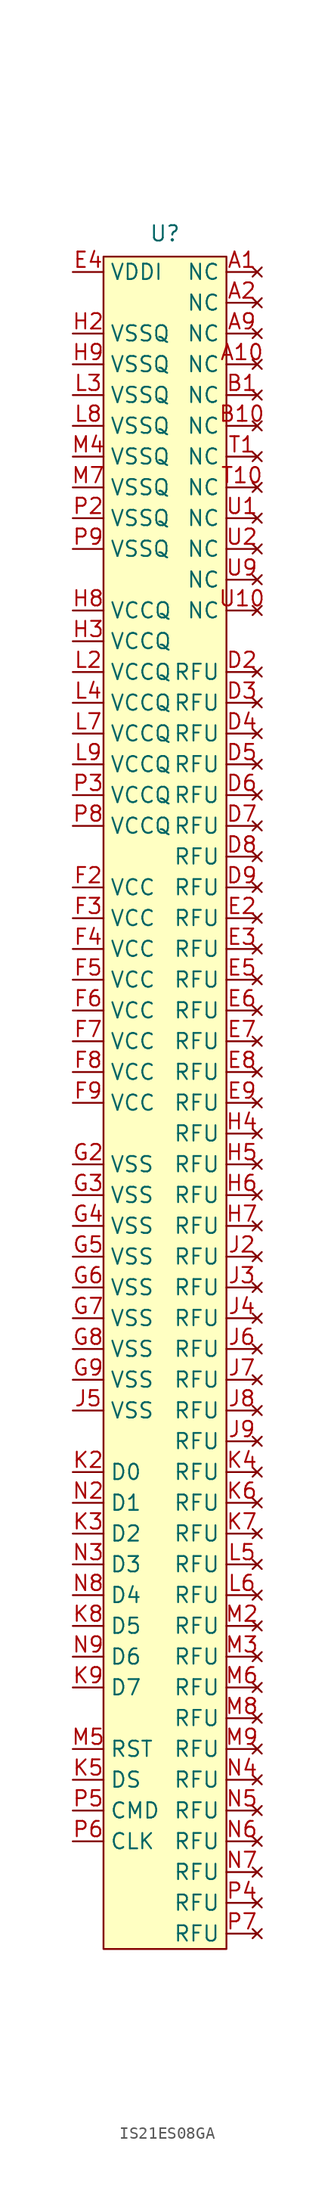
<source format=kicad_sym>
(kicad_symbol_lib
  (version 20220914)
  (generator kicad_symbol_editor)
  (symbol "IS21ES08GA"
    (property "Reference" "U"
      (at 0 71.755 0)
      (effects (font (size 1.27 1.27))))
    (property "Value" ""
      (at 0 68.58 0)
      (effects (font (size 1.27 1.27))))
    (symbol "IS21ES08GA_1_1"
      (rectangle (start -5.08 69.85) (end 5.08 -69.85) (stroke (width 0) (type default)) (fill (type background)))
      (pin no_connect line (at 7.62 68.58 180) (length 2.54) (name "NC" (effects (font (size 1.27 1.27)))) (number "A1" (effects (font (size 1.27 1.27)))))
      (pin no_connect line (at 7.62 60.96 180) (length 2.54) (name "NC" (effects (font (size 1.27 1.27)))) (number "A10" (effects (font (size 1.27 1.27)))))
      (pin no_connect line (at 7.62 66.04 180) (length 2.54) (name "NC" (effects (font (size 1.27 1.27)))) (number "A2" (effects (font (size 1.27 1.27)))))
      (pin no_connect line (at 7.62 63.5 180) (length 2.54) (name "NC" (effects (font (size 1.27 1.27)))) (number "A9" (effects (font (size 1.27 1.27)))))
      (pin no_connect line (at 7.62 58.42 180) (length 2.54) (name "NC" (effects (font (size 1.27 1.27)))) (number "B1" (effects (font (size 1.27 1.27)))))
      (pin no_connect line (at 7.62 55.88 180) (length 2.54) (name "NC" (effects (font (size 1.27 1.27)))) (number "B10" (effects (font (size 1.27 1.27)))))
      (pin no_connect line (at 7.62 35.56 180) (length 2.54) (name "RFU" (effects (font (size 1.27 1.27)))) (number "D2" (effects (font (size 1.27 1.27)))))
      (pin no_connect line (at 7.62 33.02 180) (length 2.54) (name "RFU" (effects (font (size 1.27 1.27)))) (number "D3" (effects (font (size 1.27 1.27)))))
      (pin no_connect line (at 7.62 30.48 180) (length 2.54) (name "RFU" (effects (font (size 1.27 1.27)))) (number "D4" (effects (font (size 1.27 1.27)))))
      (pin no_connect line (at 7.62 27.94 180) (length 2.54) (name "RFU" (effects (font (size 1.27 1.27)))) (number "D5" (effects (font (size 1.27 1.27)))))
      (pin no_connect line (at 7.62 25.4 180) (length 2.54) (name "RFU" (effects (font (size 1.27 1.27)))) (number "D6" (effects (font (size 1.27 1.27)))))
      (pin no_connect line (at 7.62 22.86 180) (length 2.54) (name "RFU" (effects (font (size 1.27 1.27)))) (number "D7" (effects (font (size 1.27 1.27)))))
      (pin no_connect line (at 7.62 20.32 180) (length 2.54) (name "RFU" (effects (font (size 1.27 1.27)))) (number "D8" (effects (font (size 1.27 1.27)))))
      (pin no_connect line (at 7.62 17.78 180) (length 2.54) (name "RFU" (effects (font (size 1.27 1.27)))) (number "D9" (effects (font (size 1.27 1.27)))))
      (pin no_connect line (at 7.62 15.24 180) (length 2.54) (name "RFU" (effects (font (size 1.27 1.27)))) (number "E2" (effects (font (size 1.27 1.27)))))
      (pin no_connect line (at 7.62 12.7 180) (length 2.54) (name "RFU" (effects (font (size 1.27 1.27)))) (number "E3" (effects (font (size 1.27 1.27)))))
      (pin power_out line (at -7.62 68.58 0) (length 2.54) (name "VDDI" (effects (font (size 1.27 1.27)))) (number "E4" (effects (font (size 1.27 1.27)))))
      (pin no_connect line (at 7.62 10.16 180) (length 2.54) (name "RFU" (effects (font (size 1.27 1.27)))) (number "E5" (effects (font (size 1.27 1.27)))))
      (pin no_connect line (at 7.62 7.62 180) (length 2.54) (name "RFU" (effects (font (size 1.27 1.27)))) (number "E6" (effects (font (size 1.27 1.27)))))
      (pin no_connect line (at 7.62 5.08 180) (length 2.54) (name "RFU" (effects (font (size 1.27 1.27)))) (number "E7" (effects (font (size 1.27 1.27)))))
      (pin no_connect line (at 7.62 2.54 180) (length 2.54) (name "RFU" (effects (font (size 1.27 1.27)))) (number "E8" (effects (font (size 1.27 1.27)))))
      (pin no_connect line (at 7.62 0 180) (length 2.54) (name "RFU" (effects (font (size 1.27 1.27)))) (number "E9" (effects (font (size 1.27 1.27)))))
      (pin power_in line (at -7.62 17.78 0) (length 2.54) (name "VCC" (effects (font (size 1.27 1.27)))) (number "F2" (effects (font (size 1.27 1.27)))))
      (pin power_in line (at -7.62 15.24 0) (length 2.54) (name "VCC" (effects (font (size 1.27 1.27)))) (number "F3" (effects (font (size 1.27 1.27)))))
      (pin power_in line (at -7.62 12.7 0) (length 2.54) (name "VCC" (effects (font (size 1.27 1.27)))) (number "F4" (effects (font (size 1.27 1.27)))))
      (pin power_in line (at -7.62 10.16 0) (length 2.54) (name "VCC" (effects (font (size 1.27 1.27)))) (number "F5" (effects (font (size 1.27 1.27)))))
      (pin power_in line (at -7.62 7.62 0) (length 2.54) (name "VCC" (effects (font (size 1.27 1.27)))) (number "F6" (effects (font (size 1.27 1.27)))))
      (pin power_in line (at -7.62 5.08 0) (length 2.54) (name "VCC" (effects (font (size 1.27 1.27)))) (number "F7" (effects (font (size 1.27 1.27)))))
      (pin power_in line (at -7.62 2.54 0) (length 2.54) (name "VCC" (effects (font (size 1.27 1.27)))) (number "F8" (effects (font (size 1.27 1.27)))))
      (pin power_in line (at -7.62 0 0) (length 2.54) (name "VCC" (effects (font (size 1.27 1.27)))) (number "F9" (effects (font (size 1.27 1.27)))))
      (pin power_in line (at -7.62 -5.08 0) (length 2.54) (name "VSS" (effects (font (size 1.27 1.27)))) (number "G2" (effects (font (size 1.27 1.27)))))
      (pin power_in line (at -7.62 -7.62 0) (length 2.54) (name "VSS" (effects (font (size 1.27 1.27)))) (number "G3" (effects (font (size 1.27 1.27)))))
      (pin power_in line (at -7.62 -10.16 0) (length 2.54) (name "VSS" (effects (font (size 1.27 1.27)))) (number "G4" (effects (font (size 1.27 1.27)))))
      (pin power_in line (at -7.62 -12.7 0) (length 2.54) (name "VSS" (effects (font (size 1.27 1.27)))) (number "G5" (effects (font (size 1.27 1.27)))))
      (pin power_in line (at -7.62 -15.24 0) (length 2.54) (name "VSS" (effects (font (size 1.27 1.27)))) (number "G6" (effects (font (size 1.27 1.27)))))
      (pin power_in line (at -7.62 -17.78 0) (length 2.54) (name "VSS" (effects (font (size 1.27 1.27)))) (number "G7" (effects (font (size 1.27 1.27)))))
      (pin power_in line (at -7.62 -20.32 0) (length 2.54) (name "VSS" (effects (font (size 1.27 1.27)))) (number "G8" (effects (font (size 1.27 1.27)))))
      (pin power_in line (at -7.62 -22.86 0) (length 2.54) (name "VSS" (effects (font (size 1.27 1.27)))) (number "G9" (effects (font (size 1.27 1.27)))))
      (pin power_in line (at -7.62 63.5 0) (length 2.54) (name "VSSQ" (effects (font (size 1.27 1.27)))) (number "H2" (effects (font (size 1.27 1.27)))))
      (pin power_in line (at -7.62 38.1 0) (length 2.54) (name "VCCQ" (effects (font (size 1.27 1.27)))) (number "H3" (effects (font (size 1.27 1.27)))))
      (pin no_connect line (at 7.62 -2.54 180) (length 2.54) (name "RFU" (effects (font (size 1.27 1.27)))) (number "H4" (effects (font (size 1.27 1.27)))))
      (pin no_connect line (at 7.62 -5.08 180) (length 2.54) (name "RFU" (effects (font (size 1.27 1.27)))) (number "H5" (effects (font (size 1.27 1.27)))))
      (pin no_connect line (at 7.62 -7.62 180) (length 2.54) (name "RFU" (effects (font (size 1.27 1.27)))) (number "H6" (effects (font (size 1.27 1.27)))))
      (pin no_connect line (at 7.62 -10.16 180) (length 2.54) (name "RFU" (effects (font (size 1.27 1.27)))) (number "H7" (effects (font (size 1.27 1.27)))))
      (pin power_in line (at -7.62 40.64 0) (length 2.54) (name "VCCQ" (effects (font (size 1.27 1.27)))) (number "H8" (effects (font (size 1.27 1.27)))))
      (pin power_in line (at -7.62 60.96 0) (length 2.54) (name "VSSQ" (effects (font (size 1.27 1.27)))) (number "H9" (effects (font (size 1.27 1.27)))))
      (pin no_connect line (at 7.62 -12.7 180) (length 2.54) (name "RFU" (effects (font (size 1.27 1.27)))) (number "J2" (effects (font (size 1.27 1.27)))))
      (pin no_connect line (at 7.62 -15.24 180) (length 2.54) (name "RFU" (effects (font (size 1.27 1.27)))) (number "J3" (effects (font (size 1.27 1.27)))))
      (pin no_connect line (at 7.62 -17.78 180) (length 2.54) (name "RFU" (effects (font (size 1.27 1.27)))) (number "J4" (effects (font (size 1.27 1.27)))))
      (pin power_in line (at -7.62 -25.4 0) (length 2.54) (name "VSS" (effects (font (size 1.27 1.27)))) (number "J5" (effects (font (size 1.27 1.27)))))
      (pin no_connect line (at 7.62 -20.32 180) (length 2.54) (name "RFU" (effects (font (size 1.27 1.27)))) (number "J6" (effects (font (size 1.27 1.27)))))
      (pin no_connect line (at 7.62 -22.86 180) (length 2.54) (name "RFU" (effects (font (size 1.27 1.27)))) (number "J7" (effects (font (size 1.27 1.27)))))
      (pin no_connect line (at 7.62 -25.4 180) (length 2.54) (name "RFU" (effects (font (size 1.27 1.27)))) (number "J8" (effects (font (size 1.27 1.27)))))
      (pin no_connect line (at 7.62 -27.94 180) (length 2.54) (name "RFU" (effects (font (size 1.27 1.27)))) (number "J9" (effects (font (size 1.27 1.27)))))
      (pin bidirectional line (at -7.62 -30.48 0) (length 2.54) (name "D0" (effects (font (size 1.27 1.27)))) (number "K2" (effects (font (size 1.27 1.27)))))
      (pin bidirectional line (at -7.62 -35.56 0) (length 2.54) (name "D2" (effects (font (size 1.27 1.27)))) (number "K3" (effects (font (size 1.27 1.27)))))
      (pin no_connect line (at 7.62 -30.48 180) (length 2.54) (name "RFU" (effects (font (size 1.27 1.27)))) (number "K4" (effects (font (size 1.27 1.27)))))
      (pin output line (at -7.62 -55.88 0) (length 2.54) (name "DS" (effects (font (size 1.27 1.27)))) (number "K5" (effects (font (size 1.27 1.27)))))
      (pin no_connect line (at 7.62 -33.02 180) (length 2.54) (name "RFU" (effects (font (size 1.27 1.27)))) (number "K6" (effects (font (size 1.27 1.27)))))
      (pin no_connect line (at 7.62 -35.56 180) (length 2.54) (name "RFU" (effects (font (size 1.27 1.27)))) (number "K7" (effects (font (size 1.27 1.27)))))
      (pin bidirectional line (at -7.62 -43.18 0) (length 2.54) (name "D5" (effects (font (size 1.27 1.27)))) (number "K8" (effects (font (size 1.27 1.27)))))
      (pin bidirectional line (at -7.62 -48.26 0) (length 2.54) (name "D7" (effects (font (size 1.27 1.27)))) (number "K9" (effects (font (size 1.27 1.27)))))
      (pin power_in line (at -7.62 35.56 0) (length 2.54) (name "VCCQ" (effects (font (size 1.27 1.27)))) (number "L2" (effects (font (size 1.27 1.27)))))
      (pin power_in line (at -7.62 58.42 0) (length 2.54) (name "VSSQ" (effects (font (size 1.27 1.27)))) (number "L3" (effects (font (size 1.27 1.27)))))
      (pin power_in line (at -7.62 33.02 0) (length 2.54) (name "VCCQ" (effects (font (size 1.27 1.27)))) (number "L4" (effects (font (size 1.27 1.27)))))
      (pin no_connect line (at 7.62 -38.1 180) (length 2.54) (name "RFU" (effects (font (size 1.27 1.27)))) (number "L5" (effects (font (size 1.27 1.27)))))
      (pin no_connect line (at 7.62 -40.64 180) (length 2.54) (name "RFU" (effects (font (size 1.27 1.27)))) (number "L6" (effects (font (size 1.27 1.27)))))
      (pin power_in line (at -7.62 30.48 0) (length 2.54) (name "VCCQ" (effects (font (size 1.27 1.27)))) (number "L7" (effects (font (size 1.27 1.27)))))
      (pin power_in line (at -7.62 55.88 0) (length 2.54) (name "VSSQ" (effects (font (size 1.27 1.27)))) (number "L8" (effects (font (size 1.27 1.27)))))
      (pin power_in line (at -7.62 27.94 0) (length 2.54) (name "VCCQ" (effects (font (size 1.27 1.27)))) (number "L9" (effects (font (size 1.27 1.27)))))
      (pin no_connect line (at 7.62 -43.18 180) (length 2.54) (name "RFU" (effects (font (size 1.27 1.27)))) (number "M2" (effects (font (size 1.27 1.27)))))
      (pin no_connect line (at 7.62 -45.72 180) (length 2.54) (name "RFU" (effects (font (size 1.27 1.27)))) (number "M3" (effects (font (size 1.27 1.27)))))
      (pin power_in line (at -7.62 53.34 0) (length 2.54) (name "VSSQ" (effects (font (size 1.27 1.27)))) (number "M4" (effects (font (size 1.27 1.27)))))
      (pin input line (at -7.62 -53.34 0) (length 2.54) (name "RST" (effects (font (size 1.27 1.27)))) (number "M5" (effects (font (size 1.27 1.27)))))
      (pin no_connect line (at 7.62 -48.26 180) (length 2.54) (name "RFU" (effects (font (size 1.27 1.27)))) (number "M6" (effects (font (size 1.27 1.27)))))
      (pin power_in line (at -7.62 50.8 0) (length 2.54) (name "VSSQ" (effects (font (size 1.27 1.27)))) (number "M7" (effects (font (size 1.27 1.27)))))
      (pin no_connect line (at 7.62 -50.8 180) (length 2.54) (name "RFU" (effects (font (size 1.27 1.27)))) (number "M8" (effects (font (size 1.27 1.27)))))
      (pin no_connect line (at 7.62 -53.34 180) (length 2.54) (name "RFU" (effects (font (size 1.27 1.27)))) (number "M9" (effects (font (size 1.27 1.27)))))
      (pin bidirectional line (at -7.62 -33.02 0) (length 2.54) (name "D1" (effects (font (size 1.27 1.27)))) (number "N2" (effects (font (size 1.27 1.27)))))
      (pin bidirectional line (at -7.62 -38.1 0) (length 2.54) (name "D3" (effects (font (size 1.27 1.27)))) (number "N3" (effects (font (size 1.27 1.27)))))
      (pin no_connect line (at 7.62 -55.88 180) (length 2.54) (name "RFU" (effects (font (size 1.27 1.27)))) (number "N4" (effects (font (size 1.27 1.27)))))
      (pin no_connect line (at 7.62 -58.42 180) (length 2.54) (name "RFU" (effects (font (size 1.27 1.27)))) (number "N5" (effects (font (size 1.27 1.27)))))
      (pin no_connect line (at 7.62 -60.96 180) (length 2.54) (name "RFU" (effects (font (size 1.27 1.27)))) (number "N6" (effects (font (size 1.27 1.27)))))
      (pin no_connect line (at 7.62 -63.5 180) (length 2.54) (name "RFU" (effects (font (size 1.27 1.27)))) (number "N7" (effects (font (size 1.27 1.27)))))
      (pin bidirectional line (at -7.62 -40.64 0) (length 2.54) (name "D4" (effects (font (size 1.27 1.27)))) (number "N8" (effects (font (size 1.27 1.27)))))
      (pin bidirectional line (at -7.62 -45.72 0) (length 2.54) (name "D6" (effects (font (size 1.27 1.27)))) (number "N9" (effects (font (size 1.27 1.27)))))
      (pin power_in line (at -7.62 48.26 0) (length 2.54) (name "VSSQ" (effects (font (size 1.27 1.27)))) (number "P2" (effects (font (size 1.27 1.27)))))
      (pin power_in line (at -7.62 25.4 0) (length 2.54) (name "VCCQ" (effects (font (size 1.27 1.27)))) (number "P3" (effects (font (size 1.27 1.27)))))
      (pin no_connect line (at 7.62 -66.04 180) (length 2.54) (name "RFU" (effects (font (size 1.27 1.27)))) (number "P4" (effects (font (size 1.27 1.27)))))
      (pin bidirectional line (at -7.62 -58.42 0) (length 2.54) (name "CMD" (effects (font (size 1.27 1.27)))) (number "P5" (effects (font (size 1.27 1.27)))))
      (pin input line (at -7.62 -60.96 0) (length 2.54) (name "CLK" (effects (font (size 1.27 1.27)))) (number "P6" (effects (font (size 1.27 1.27)))))
      (pin no_connect line (at 7.62 -68.58 180) (length 2.54) (name "RFU" (effects (font (size 1.27 1.27)))) (number "P7" (effects (font (size 1.27 1.27)))))
      (pin power_in line (at -7.62 22.86 0) (length 2.54) (name "VCCQ" (effects (font (size 1.27 1.27)))) (number "P8" (effects (font (size 1.27 1.27)))))
      (pin power_in line (at -7.62 45.72 0) (length 2.54) (name "VSSQ" (effects (font (size 1.27 1.27)))) (number "P9" (effects (font (size 1.27 1.27)))))
      (pin no_connect line (at 7.62 53.34 180) (length 2.54) (name "NC" (effects (font (size 1.27 1.27)))) (number "T1" (effects (font (size 1.27 1.27)))))
      (pin no_connect line (at 7.62 50.8 180) (length 2.54) (name "NC" (effects (font (size 1.27 1.27)))) (number "T10" (effects (font (size 1.27 1.27)))))
      (pin no_connect line (at 7.62 48.26 180) (length 2.54) (name "NC" (effects (font (size 1.27 1.27)))) (number "U1" (effects (font (size 1.27 1.27)))))
      (pin no_connect line (at 7.62 40.64 180) (length 2.54) (name "NC" (effects (font (size 1.27 1.27)))) (number "U10" (effects (font (size 1.27 1.27)))))
      (pin no_connect line (at 7.62 45.72 180) (length 2.54) (name "NC" (effects (font (size 1.27 1.27)))) (number "U2" (effects (font (size 1.27 1.27)))))
      (pin no_connect line (at 7.62 43.18 180) (length 2.54) (name "NC" (effects (font (size 1.27 1.27)))) (number "U9" (effects (font (size 1.27 1.27))))))))
</source>
